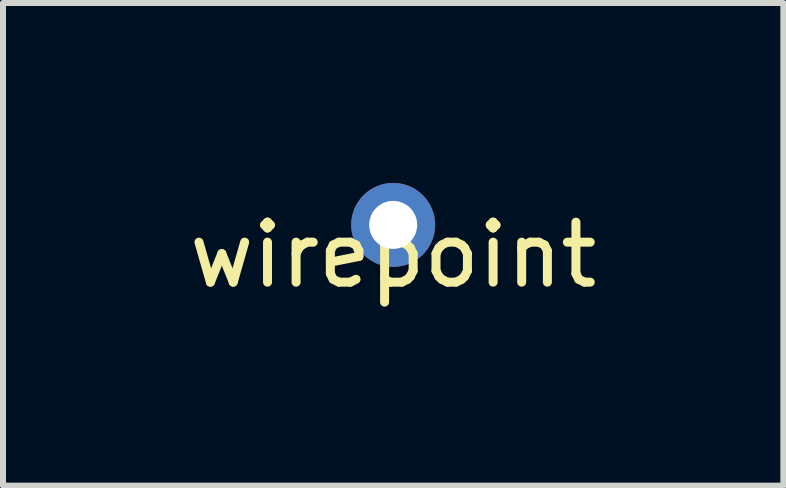
<source format=kicad_pcb>
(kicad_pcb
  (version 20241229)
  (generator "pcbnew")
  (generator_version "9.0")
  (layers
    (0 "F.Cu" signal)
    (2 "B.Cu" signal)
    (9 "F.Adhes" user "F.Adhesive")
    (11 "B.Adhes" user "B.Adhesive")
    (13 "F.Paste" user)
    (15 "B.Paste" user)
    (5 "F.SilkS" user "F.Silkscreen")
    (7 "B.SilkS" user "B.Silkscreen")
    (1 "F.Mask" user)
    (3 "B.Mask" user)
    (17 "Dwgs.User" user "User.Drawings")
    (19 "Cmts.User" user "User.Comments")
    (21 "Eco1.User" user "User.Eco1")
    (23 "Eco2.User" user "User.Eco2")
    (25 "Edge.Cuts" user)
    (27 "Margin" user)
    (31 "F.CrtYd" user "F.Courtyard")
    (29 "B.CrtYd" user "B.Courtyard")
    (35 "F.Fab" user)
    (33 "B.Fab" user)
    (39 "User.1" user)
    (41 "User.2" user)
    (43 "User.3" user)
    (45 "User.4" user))
  (footprint "wirepoint"
    (layer "F.Cu")
    (at 3.506 0.7)
    (property "Reference" "wirepoint" (at 0 0.5 0) (layer "F.SilkS") (effects (font (size 1 1) (thickness 0.15))))
    (attr through_hole)
    (pad "1" thru_hole circle (at 0 0) (size 1.4 1.4) (drill 0.8) (layers "*.Cu" "*.Mask")))
  (gr_rect
    (start -3 -3)
    (end 10.012 5.048)
    (stroke (width 0.1) (type default))
    (fill no)
    (layer "Edge.Cuts")))
</source>
